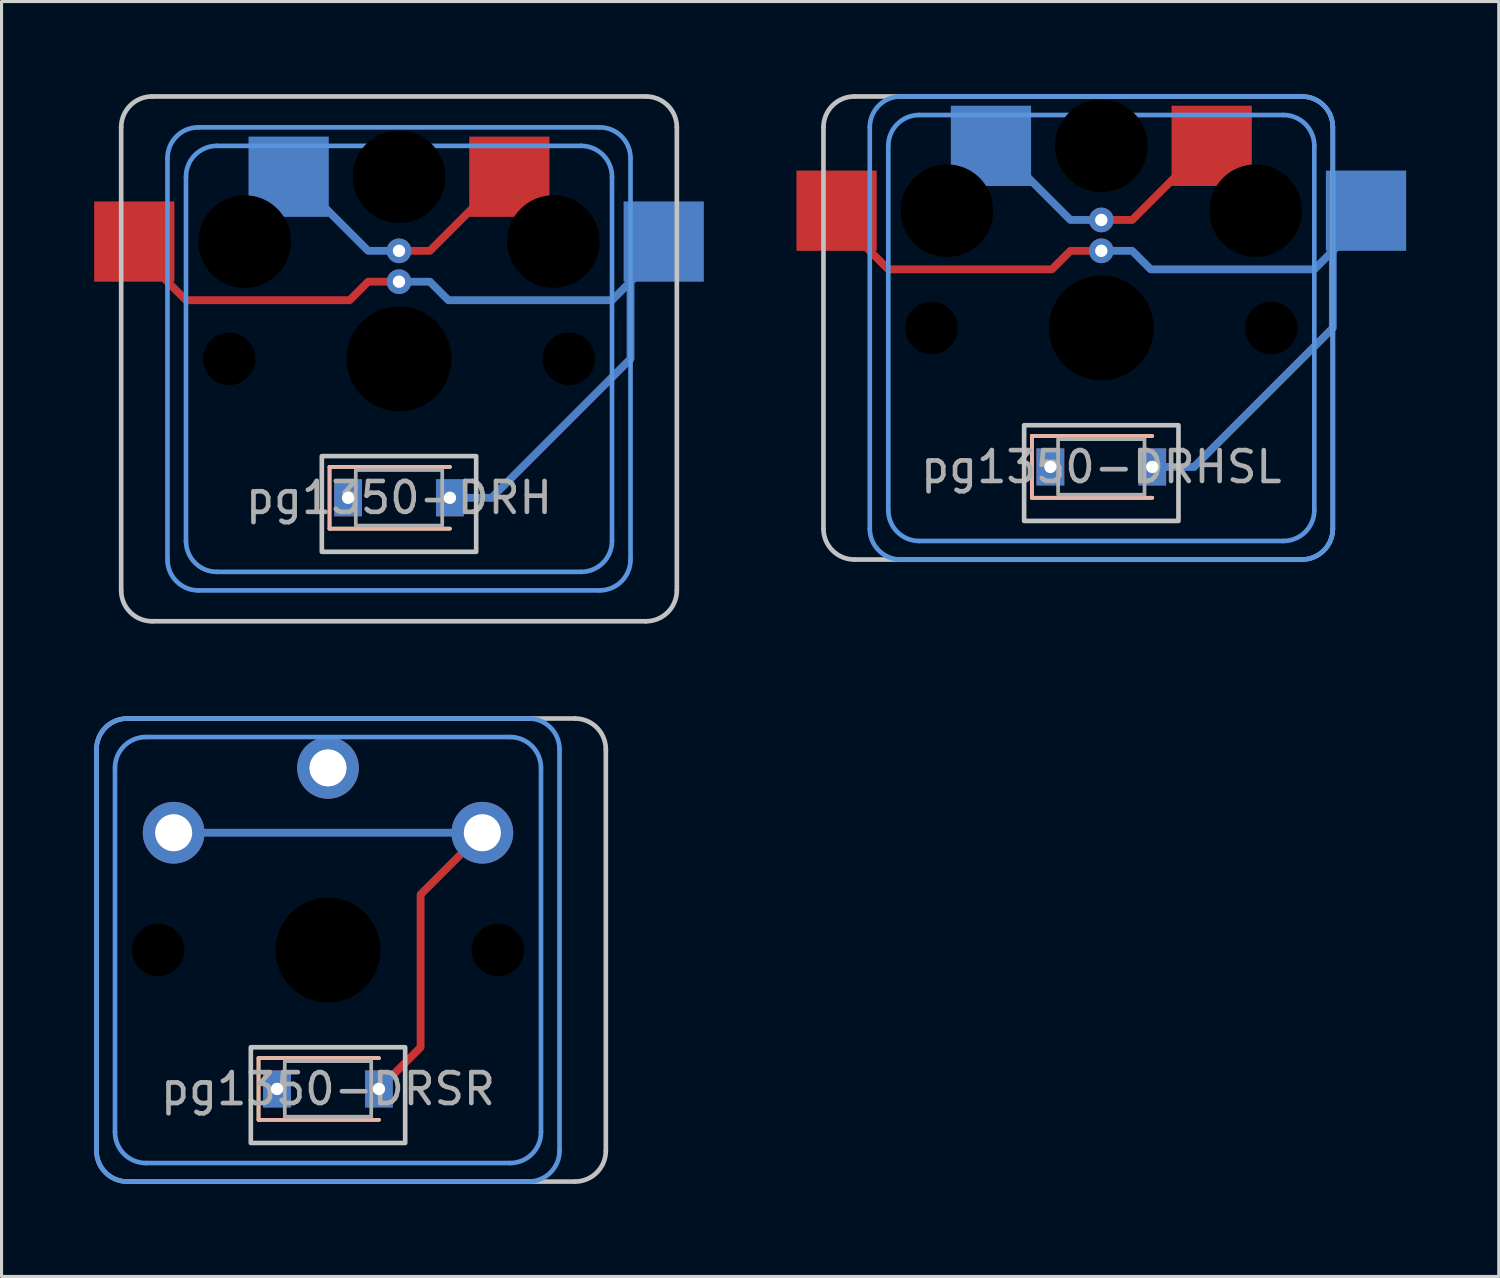
<source format=kicad_pcb>
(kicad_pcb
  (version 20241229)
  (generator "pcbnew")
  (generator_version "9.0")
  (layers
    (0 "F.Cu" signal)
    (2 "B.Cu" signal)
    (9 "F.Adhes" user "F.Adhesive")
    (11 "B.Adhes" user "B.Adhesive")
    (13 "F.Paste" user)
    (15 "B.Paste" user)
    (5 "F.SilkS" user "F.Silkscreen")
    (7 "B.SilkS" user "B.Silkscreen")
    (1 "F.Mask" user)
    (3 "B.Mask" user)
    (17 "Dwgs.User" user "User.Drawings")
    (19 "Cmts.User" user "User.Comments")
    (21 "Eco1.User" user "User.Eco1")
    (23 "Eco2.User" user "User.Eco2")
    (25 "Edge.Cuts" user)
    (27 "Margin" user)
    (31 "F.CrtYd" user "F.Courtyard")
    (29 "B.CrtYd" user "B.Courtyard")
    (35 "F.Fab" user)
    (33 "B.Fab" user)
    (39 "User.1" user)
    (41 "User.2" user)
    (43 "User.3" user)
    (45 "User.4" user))
  (footprint "pg1350-DRH"
    (layer "F.Cu")
    (at 9.875 13.075)
    (property "Reference" "pg1350-DRH" (at 0 0 0) (layer "F.Fab") (effects (font (size 1 1) (thickness 0.15))))
    (attr smd)
    (fp_line (start -2.25 -1) (end -2.25 1) (stroke (width 0.12) (type solid)) (layer "F.SilkS"))
    (fp_line (start -2.25 1) (end 1.65 1) (stroke (width 0.12) (type solid)) (layer "F.SilkS"))
    (fp_line (start 1.65 -1) (end -2.25 -1) (stroke (width 0.12) (type solid)) (layer "F.SilkS"))
    (fp_line (start -2.25 -1) (end -2.25 1) (stroke (width 0.12) (type solid)) (layer "B.SilkS"))
    (fp_line (start -2.25 1) (end 1.65 1) (stroke (width 0.12) (type solid)) (layer "B.SilkS"))
    (fp_line (start 1.65 -1) (end -2.25 -1) (stroke (width 0.12) (type solid)) (layer "B.SilkS"))
    (fp_line (start -9 3) (end -9 -12) (stroke (width 0.15) (type solid)) (layer "Dwgs.User"))
    (fp_line (start -8 -13) (end 8 -13) (stroke (width 0.15) (type solid)) (layer "Dwgs.User"))
    (fp_line (start 8 4) (end -8 4) (stroke (width 0.15) (type solid)) (layer "Dwgs.User"))
    (fp_line (start 9 -12) (end 9 3) (stroke (width 0.15) (type solid)) (layer "Dwgs.User"))
    (fp_rect (start 2.5 1.75) (end -2.5 -1.35) (stroke (width 0.15) (type solid)) (fill no) (layer "Dwgs.User"))
    (fp_arc (start -9 -12) (mid -8.707107 -12.707107) (end -8 -13) (stroke (width 0.15) (type solid)) (layer "Dwgs.User"))
    (fp_arc (start -8 4) (mid -8.707107 3.707107) (end -9 3) (stroke (width 0.15) (type solid)) (layer "Dwgs.User"))
    (fp_arc (start 8 -13) (mid 8.707107 -12.707107) (end 9 -12) (stroke (width 0.15) (type solid)) (layer "Dwgs.User"))
    (fp_arc (start 9 3) (mid 8.707107 3.707107) (end 8 4) (stroke (width 0.15) (type solid)) (layer "Dwgs.User"))
    (fp_line (start -7.5 2) (end -7.5 -11) (stroke (width 0.15) (type solid)) (layer "Cmts.User"))
    (fp_line (start -6.9 1.4) (end -6.9 -10.4) (stroke (width 0.15) (type solid)) (layer "Cmts.User"))
    (fp_line (start -6.5 -12) (end 6.5 -12) (stroke (width 0.15) (type solid)) (layer "Cmts.User"))
    (fp_line (start -5.9 -11.4) (end 5.9 -11.4) (stroke (width 0.15) (type solid)) (layer "Cmts.User"))
    (fp_line (start 5.9 2.4) (end -5.9 2.4) (stroke (width 0.15) (type solid)) (layer "Cmts.User"))
    (fp_line (start 6.5 3) (end -6.5 3) (stroke (width 0.15) (type solid)) (layer "Cmts.User"))
    (fp_line (start 6.9 -10.4) (end 6.9 1.4) (stroke (width 0.15) (type solid)) (layer "Cmts.User"))
    (fp_line (start 7.5 -11) (end 7.5 2) (stroke (width 0.15) (type solid)) (layer "Cmts.User"))
    (fp_arc (start -7.5 -11) (mid -7.207107 -11.707107) (end -6.5 -12) (stroke (width 0.15) (type solid)) (layer "Cmts.User"))
    (fp_arc (start -6.9 -10.4) (mid -6.607107 -11.107107) (end -5.9 -11.4) (stroke (width 0.15) (type solid)) (layer "Cmts.User"))
    (fp_arc (start -6.5 3) (mid -7.207107 2.707107) (end -7.5 2) (stroke (width 0.15) (type solid)) (layer "Cmts.User"))
    (fp_arc (start -5.9 2.4) (mid -6.607107 2.107107) (end -6.9 1.4) (stroke (width 0.15) (type solid)) (layer "Cmts.User"))
    (fp_arc (start 5.9 -11.4) (mid 6.607107 -11.107107) (end 6.9 -10.4) (stroke (width 0.15) (type solid)) (layer "Cmts.User"))
    (fp_arc (start 6.5 -12) (mid 7.207107 -11.707107) (end 7.5 -11) (stroke (width 0.15) (type solid)) (layer "Cmts.User"))
    (fp_arc (start 6.9 1.4) (mid 6.607107 2.107107) (end 5.9 2.4) (stroke (width 0.15) (type solid)) (layer "Cmts.User"))
    (fp_arc (start 7.5 2) (mid 7.207107 2.707107) (end 6.5 3) (stroke (width 0.15) (type solid)) (layer "Cmts.User"))
    (fp_rect (start 1.4 0.9) (end -1.4 -0.9) (stroke (width 0.12) (type solid)) (fill no) (layer "F.Fab"))
    (pad "" np_thru_hole circle (at -5.5 -4.5) (size 1.7 1.7) (drill 1.7) (layers "*.Mask"))
    (pad "" np_thru_hole circle (at -5 -8.3) (size 3 3) (drill 3) (layers "*.Mask"))
    (pad "" np_thru_hole circle (at 0 -10.4) (size 3 3) (drill 3) (layers "*.Mask"))
    (pad "" thru_hole circle (at 0 -8) (size 0.8 0.8) (drill 0.4) (layers "*.Cu"))
    (pad "" thru_hole circle (at 0 -7) (size 0.8 0.8) (drill 0.4) (layers "*.Cu"))
    (pad "" np_thru_hole circle (at 0 -4.5) (size 3.4 3.4) (drill 3.4) (layers "*.Mask"))
    (pad "" np_thru_hole circle (at 5 -8.3) (size 3 3) (drill 3) (layers "*.Mask"))
    (pad "" np_thru_hole circle (at 5.5 -4.5) (size 1.7 1.7) (drill 1.7) (layers "*.Mask"))
    (pad "1" smd rect (at -3.575 -10.4) (size 2.6 2.6) (layers "B.Cu" "B.Mask"))
    (pad "1" smd custom (at 0 -8) (size 0.254 0.254) (layers "F.Cu") (options (anchor circle)) (primitives (gr_line (start 0 0) (end 1 0) (width 0.254)) (gr_line (start 1 0) (end 2.5 -1.5) (width 0.254))))
    (pad "1" smd custom (at 0 -8) (size 0.254 0.254) (layers "B.Cu") (options (anchor circle)) (primitives (gr_line (start 0 0) (end -1 0) (width 0.254)) (gr_line (start -1 0) (end -2.5 -1.5) (width 0.254))))
    (pad "1" smd rect (at 3.575 -10.4) (size 2.6 2.6) (layers "F.Cu" "F.Mask"))
    (pad "2" thru_hole rect (at -1.65 0) (size 0.9 1.2) (drill 0.4) (layers "*.Cu" "*.Mask"))
    (pad "3" smd rect (at -8.575 -8.3) (size 2.6 2.6) (layers "F.Cu" "F.Mask"))
    (pad "3" smd custom (at 0 -7) (size 0.254 0.254) (layers "F.Cu") (options (anchor circle)) (primitives (gr_line (start 0 0) (end -1 0) (width 0.254)) (gr_line (start -1 0) (end -1.6 0.6) (width 0.254)) (gr_line (start -1.6 0.6) (end -6.9 0.6) (width 0.254)) (gr_line (start -6.9 0.6) (end -8 -0.5) (width 0.254))))
    (pad "3" smd custom (at 0 -7) (size 0.254 0.254) (layers "B.Cu") (options (anchor circle)) (primitives (gr_line (start 0 0) (end 1 0) (width 0.254)) (gr_line (start 1 0) (end 1.6 0.6) (width 0.254)) (gr_line (start 1.6 0.6) (end 6.9 0.6) (width 0.254)) (gr_line (start 6.9 0.6) (end 8 -0.5) (width 0.254))))
    (pad "3" thru_hole rect (at 1.65 0) (size 0.9 1.2) (drill 0.4) (layers "*.Cu" "*.Mask"))
    (pad "3" smd oval (at 2.325 0) (size 1.604 0.254) (layers "B.Cu"))
    (pad "3" smd custom (at 3 0) (size 0.254 0.254) (layers "B.Cu") (options (anchor circle)) (primitives (gr_line (start 0 0) (end 4.5 -4.5) (width 0.254)) (gr_line (start 4.5 -4.5) (end 4.5 -8.3) (width 0.254))))
    (pad "3" smd rect (at 8.575 -8.3) (size 2.6 2.6) (layers "B.Cu" "B.Mask")))
  (footprint "pg1350-DRHSL"
    (layer "F.Cu")
    (at 32.625 12.075)
    (property "Reference" "pg1350-DRHSL" (at 0 0 0) (layer "F.Fab") (effects (font (size 1 1) (thickness 0.15))))
    (attr smd)
    (fp_line (start -2.25 -1) (end -2.25 1) (stroke (width 0.12) (type solid)) (layer "F.SilkS"))
    (fp_line (start -2.25 1) (end 1.65 1) (stroke (width 0.12) (type solid)) (layer "F.SilkS"))
    (fp_line (start 1.65 -1) (end -2.25 -1) (stroke (width 0.12) (type solid)) (layer "F.SilkS"))
    (fp_line (start -2.25 -1) (end -2.25 1) (stroke (width 0.12) (type solid)) (layer "B.SilkS"))
    (fp_line (start -2.25 1) (end 1.65 1) (stroke (width 0.12) (type solid)) (layer "B.SilkS"))
    (fp_line (start 1.65 -1) (end -2.25 -1) (stroke (width 0.12) (type solid)) (layer "B.SilkS"))
    (fp_line (start -9 2) (end -9 -11) (stroke (width 0.15) (type solid)) (layer "Dwgs.User"))
    (fp_line (start -8 -12) (end 6.5 -12) (stroke (width 0.15) (type solid)) (layer "Dwgs.User"))
    (fp_line (start 6.5 3) (end -8 3) (stroke (width 0.15) (type solid)) (layer "Dwgs.User"))
    (fp_line (start 7.5 -11) (end 7.5 2) (stroke (width 0.15) (type solid)) (layer "Dwgs.User"))
    (fp_rect (start 2.5 1.75) (end -2.5 -1.35) (stroke (width 0.15) (type solid)) (fill no) (layer "Dwgs.User"))
    (fp_arc (start -9 -11) (mid -8.707107 -11.707107) (end -8 -12) (stroke (width 0.15) (type solid)) (layer "Dwgs.User"))
    (fp_arc (start -8 3) (mid -8.707107 2.707107) (end -9 2) (stroke (width 0.15) (type solid)) (layer "Dwgs.User"))
    (fp_arc (start 6.5 -12) (mid 7.207107 -11.707107) (end 7.5 -11) (stroke (width 0.15) (type solid)) (layer "Dwgs.User"))
    (fp_arc (start 7.5 2) (mid 7.207107 2.707107) (end 6.5 3) (stroke (width 0.15) (type solid)) (layer "Dwgs.User"))
    (fp_line (start -7.5 2) (end -7.5 -11) (stroke (width 0.15) (type solid)) (layer "Cmts.User"))
    (fp_line (start -6.9 1.4) (end -6.9 -10.4) (stroke (width 0.15) (type solid)) (layer "Cmts.User"))
    (fp_line (start -6.5 -12) (end 6.5 -12) (stroke (width 0.15) (type solid)) (layer "Cmts.User"))
    (fp_line (start -5.9 -11.4) (end 5.9 -11.4) (stroke (width 0.15) (type solid)) (layer "Cmts.User"))
    (fp_line (start 5.9 2.4) (end -5.9 2.4) (stroke (width 0.15) (type solid)) (layer "Cmts.User"))
    (fp_line (start 6.5 3) (end -6.5 3) (stroke (width 0.15) (type solid)) (layer "Cmts.User"))
    (fp_line (start 6.9 -10.4) (end 6.9 1.4) (stroke (width 0.15) (type solid)) (layer "Cmts.User"))
    (fp_line (start 7.5 -11) (end 7.5 2) (stroke (width 0.15) (type solid)) (layer "Cmts.User"))
    (fp_arc (start -7.5 -11) (mid -7.207107 -11.707107) (end -6.5 -12) (stroke (width 0.15) (type solid)) (layer "Cmts.User"))
    (fp_arc (start -6.9 -10.4) (mid -6.607107 -11.107107) (end -5.9 -11.4) (stroke (width 0.15) (type solid)) (layer "Cmts.User"))
    (fp_arc (start -6.5 3) (mid -7.207107 2.707107) (end -7.5 2) (stroke (width 0.15) (type solid)) (layer "Cmts.User"))
    (fp_arc (start -5.9 2.4) (mid -6.607107 2.107107) (end -6.9 1.4) (stroke (width 0.15) (type solid)) (layer "Cmts.User"))
    (fp_arc (start 5.9 -11.4) (mid 6.607107 -11.107107) (end 6.9 -10.4) (stroke (width 0.15) (type solid)) (layer "Cmts.User"))
    (fp_arc (start 6.5 -12) (mid 7.207107 -11.707107) (end 7.5 -11) (stroke (width 0.15) (type solid)) (layer "Cmts.User"))
    (fp_arc (start 6.9 1.4) (mid 6.607107 2.107107) (end 5.9 2.4) (stroke (width 0.15) (type solid)) (layer "Cmts.User"))
    (fp_arc (start 7.5 2) (mid 7.207107 2.707107) (end 6.5 3) (stroke (width 0.15) (type solid)) (layer "Cmts.User"))
    (fp_rect (start 1.4 0.9) (end -1.4 -0.9) (stroke (width 0.12) (type solid)) (fill no) (layer "F.Fab"))
    (pad "" np_thru_hole circle (at -5.5 -4.5) (size 1.7 1.7) (drill 1.7) (layers "*.Mask"))
    (pad "" np_thru_hole circle (at -5 -8.3) (size 3 3) (drill 3) (layers "*.Mask"))
    (pad "" np_thru_hole circle (at 0 -10.4) (size 3 3) (drill 3) (layers "*.Mask"))
    (pad "" thru_hole circle (at 0 -8) (size 0.8 0.8) (drill 0.4) (layers "*.Cu"))
    (pad "" thru_hole circle (at 0 -7) (size 0.8 0.8) (drill 0.4) (layers "*.Cu"))
    (pad "" np_thru_hole circle (at 0 -4.5) (size 3.4 3.4) (drill 3.4) (layers "*.Mask"))
    (pad "" np_thru_hole circle (at 5 -8.3) (size 3 3) (drill 3) (layers "*.Mask"))
    (pad "" np_thru_hole circle (at 5.5 -4.5) (size 1.7 1.7) (drill 1.7) (layers "*.Mask"))
    (pad "1" smd rect (at -3.575 -10.4) (size 2.6 2.6) (layers "B.Cu" "B.Mask"))
    (pad "1" smd custom (at 0 -8) (size 0.254 0.254) (layers "F.Cu") (options (anchor circle)) (primitives (gr_line (start 0 0) (end 1 0) (width 0.254)) (gr_line (start 1 0) (end 2.5 -1.5) (width 0.254))))
    (pad "1" smd custom (at 0 -8) (size 0.254 0.254) (layers "B.Cu") (options (anchor circle)) (primitives (gr_line (start 0 0) (end -1 0) (width 0.254)) (gr_line (start -1 0) (end -2.5 -1.5) (width 0.254))))
    (pad "1" smd rect (at 3.575 -10.4) (size 2.6 2.6) (layers "F.Cu" "F.Mask"))
    (pad "2" thru_hole rect (at -1.65 0) (size 0.9 1.2) (drill 0.4) (layers "*.Cu" "*.Mask"))
    (pad "3" smd rect (at -8.575 -8.3) (size 2.6 2.6) (layers "F.Cu" "F.Mask"))
    (pad "3" smd custom (at 0 -7) (size 0.254 0.254) (layers "F.Cu") (options (anchor circle)) (primitives (gr_line (start 0 0) (end -1 0) (width 0.254)) (gr_line (start -1 0) (end -1.6 0.6) (width 0.254)) (gr_line (start -1.6 0.6) (end -6.9 0.6) (width 0.254)) (gr_line (start -6.9 0.6) (end -8 -0.5) (width 0.254))))
    (pad "3" smd custom (at 0 -7) (size 0.254 0.254) (layers "B.Cu") (options (anchor circle)) (primitives (gr_line (start 0 0) (end 1 0) (width 0.254)) (gr_line (start 1 0) (end 1.6 0.6) (width 0.254)) (gr_line (start 1.6 0.6) (end 6.9 0.6) (width 0.254)) (gr_line (start 6.9 0.6) (end 8 -0.5) (width 0.254))))
    (pad "3" thru_hole rect (at 1.65 0) (size 0.9 1.2) (drill 0.4) (layers "*.Cu" "*.Mask"))
    (pad "3" smd oval (at 2.325 0) (size 1.604 0.254) (layers "B.Cu"))
    (pad "3" smd custom (at 3 0) (size 0.254 0.254) (layers "B.Cu") (options (anchor circle)) (primitives (gr_line (start 0 0) (end 4.5 -4.5) (width 0.254)) (gr_line (start 4.5 -4.5) (end 4.5 -8.3) (width 0.254))))
    (pad "3" smd rect (at 8.575 -8.3) (size 2.6 2.6) (layers "B.Cu" "B.Mask")))
  (footprint "pg1350-DRSR"
    (layer "F.Cu")
    (at 7.575 32.225)
    (property "Reference" "pg1350-DRSR" (at 0 0 0) (layer "F.Fab") (effects (font (size 1 1) (thickness 0.15))))
    (attr smd)
    (fp_line (start -2.25 -1) (end -2.25 1) (stroke (width 0.12) (type solid)) (layer "F.SilkS"))
    (fp_line (start -2.25 1) (end 1.65 1) (stroke (width 0.12) (type solid)) (layer "F.SilkS"))
    (fp_line (start 1.65 -1) (end -2.25 -1) (stroke (width 0.12) (type solid)) (layer "F.SilkS"))
    (fp_line (start -2.25 -1) (end -2.25 1) (stroke (width 0.12) (type solid)) (layer "B.SilkS"))
    (fp_line (start -2.25 1) (end 1.65 1) (stroke (width 0.12) (type solid)) (layer "B.SilkS"))
    (fp_line (start 1.65 -1) (end -2.25 -1) (stroke (width 0.12) (type solid)) (layer "B.SilkS"))
    (fp_line (start -7.5 2) (end -7.5 -11) (stroke (width 0.15) (type solid)) (layer "Dwgs.User"))
    (fp_line (start -6.5 -12) (end 8 -12) (stroke (width 0.15) (type solid)) (layer "Dwgs.User"))
    (fp_line (start 8 3) (end -6.5 3) (stroke (width 0.15) (type solid)) (layer "Dwgs.User"))
    (fp_line (start 9 -11) (end 9 2) (stroke (width 0.15) (type solid)) (layer "Dwgs.User"))
    (fp_rect (start 2.5 1.75) (end -2.5 -1.35) (stroke (width 0.15) (type solid)) (fill no) (layer "Dwgs.User"))
    (fp_arc (start -7.5 -11) (mid -7.207107 -11.707107) (end -6.5 -12) (stroke (width 0.15) (type solid)) (layer "Dwgs.User"))
    (fp_arc (start -6.5 3) (mid -7.207107 2.707107) (end -7.5 2) (stroke (width 0.15) (type solid)) (layer "Dwgs.User"))
    (fp_arc (start 8 -12) (mid 8.707107 -11.707107) (end 9 -11) (stroke (width 0.15) (type solid)) (layer "Dwgs.User"))
    (fp_arc (start 9 2) (mid 8.707107 2.707107) (end 8 3) (stroke (width 0.15) (type solid)) (layer "Dwgs.User"))
    (fp_line (start -7.5 2) (end -7.5 -11) (stroke (width 0.15) (type solid)) (layer "Cmts.User"))
    (fp_line (start -6.9 1.4) (end -6.9 -10.4) (stroke (width 0.15) (type solid)) (layer "Cmts.User"))
    (fp_line (start -6.5 -12) (end 6.5 -12) (stroke (width 0.15) (type solid)) (layer "Cmts.User"))
    (fp_line (start -5.9 -11.4) (end 5.9 -11.4) (stroke (width 0.15) (type solid)) (layer "Cmts.User"))
    (fp_line (start 5.9 2.4) (end -5.9 2.4) (stroke (width 0.15) (type solid)) (layer "Cmts.User"))
    (fp_line (start 6.5 3) (end -6.5 3) (stroke (width 0.15) (type solid)) (layer "Cmts.User"))
    (fp_line (start 6.9 -10.4) (end 6.9 1.4) (stroke (width 0.15) (type solid)) (layer "Cmts.User"))
    (fp_line (start 7.5 -11) (end 7.5 2) (stroke (width 0.15) (type solid)) (layer "Cmts.User"))
    (fp_arc (start -7.5 -11) (mid -7.207107 -11.707107) (end -6.5 -12) (stroke (width 0.15) (type solid)) (layer "Cmts.User"))
    (fp_arc (start -6.9 -10.4) (mid -6.607107 -11.107107) (end -5.9 -11.4) (stroke (width 0.15) (type solid)) (layer "Cmts.User"))
    (fp_arc (start -6.5 3) (mid -7.207107 2.707107) (end -7.5 2) (stroke (width 0.15) (type solid)) (layer "Cmts.User"))
    (fp_arc (start -5.9 2.4) (mid -6.607107 2.107107) (end -6.9 1.4) (stroke (width 0.15) (type solid)) (layer "Cmts.User"))
    (fp_arc (start 5.9 -11.4) (mid 6.607107 -11.107107) (end 6.9 -10.4) (stroke (width 0.15) (type solid)) (layer "Cmts.User"))
    (fp_arc (start 6.5 -12) (mid 7.207107 -11.707107) (end 7.5 -11) (stroke (width 0.15) (type solid)) (layer "Cmts.User"))
    (fp_arc (start 6.9 1.4) (mid 6.607107 2.107107) (end 5.9 2.4) (stroke (width 0.15) (type solid)) (layer "Cmts.User"))
    (fp_arc (start 7.5 2) (mid 7.207107 2.707107) (end 6.5 3) (stroke (width 0.15) (type solid)) (layer "Cmts.User"))
    (fp_rect (start 1.4 0.9) (end -1.4 -0.9) (stroke (width 0.12) (type solid)) (fill no) (layer "F.Fab"))
    (pad "" np_thru_hole circle (at -5.5 -4.5) (size 1.7 1.7) (drill 1.7) (layers "*.Mask"))
    (pad "" np_thru_hole circle (at 0 -4.5) (size 3.4 3.4) (drill 3.4) (layers "*.Mask"))
    (pad "" np_thru_hole circle (at 5.5 -4.5) (size 1.7 1.7) (drill 1.7) (layers "*.Mask"))
    (pad "1" thru_hole circle (at 0 -10.4) (size 2 2) (drill 1.2) (layers "*.Cu" "*.Mask"))
    (pad "2" thru_hole rect (at -1.65 0) (size 0.9 1.2) (drill 0.4) (layers "*.Cu" "*.Mask"))
    (pad "3" smd custom (at -5 -8.3) (size 0.254 0.254) (layers "B.Cu") (options (anchor circle)) (primitives (gr_line (start 0 0) (end 10 0) (width 0.254))))
    (pad "3" thru_hole circle (at -5 -8.3) (size 2 2) (drill 1.2) (layers "*.Cu" "F.Mask"))
    (pad "3" smd custom (at 1.65 0) (size 0.254 0.254) (layers "F.Cu") (options (anchor circle)) (primitives (gr_line (start 3.35 -8.3) (end 1.35 -6.3) (width 0.254)) (gr_line (start 1.35 -6.3) (end 1.35 -1.35) (width 0.254)) (gr_line (start 1.35 -1.35) (end 0 0) (width 0.254))))
    (pad "3" thru_hole rect (at 1.65 0) (size 0.9 1.2) (drill 0.4) (layers "*.Cu" "*.Mask"))
    (pad "3" thru_hole circle (at 5 -8.3) (size 2 2) (drill 1.2) (layers "*.Cu" "B.Mask")))
  (gr_rect
    (start -3 -3)
    (end 45.5 38.3)
    (stroke (width 0.1) (type default))
    (fill no)
    (layer "Edge.Cuts")))
</source>
